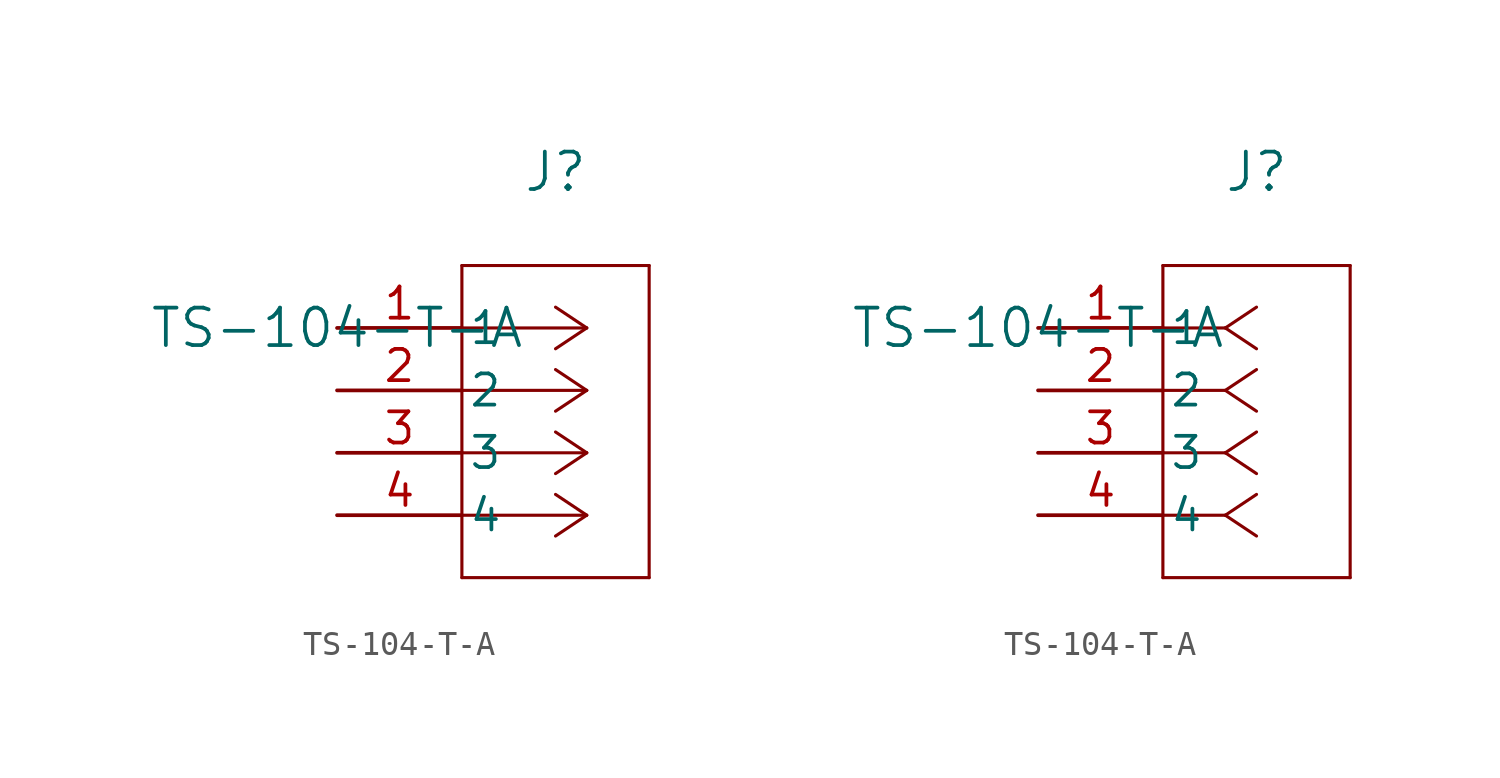
<source format=kicad_sym>
(kicad_symbol_lib
  (version 20211014)
  (generator kicad_symbol_editor)
  (symbol "TS-104-T-A"
    (pin_names
      (offset 0.254))
    (property "Reference" "J"
      (at 8.89 6.35 0)
      (effects (font (size 1.524 1.524))))
    (property "Value" "TS-104-T-A"
      (at 0 0 0)
      (effects (font (size 1.524 1.524))))
    (symbol "TS-104-T-A_1_1"
      (polyline (pts (xy 10.16 0) (xy 5.08 0)) (stroke (width 0.127) (type default) (color 0 0 0 0)) (fill (type none)))
      (polyline (pts (xy 10.16 -2.54) (xy 5.08 -2.54)) (stroke (width 0.127) (type default) (color 0 0 0 0)) (fill (type none)))
      (polyline (pts (xy 10.16 -5.08) (xy 5.08 -5.08)) (stroke (width 0.127) (type default) (color 0 0 0 0)) (fill (type none)))
      (polyline (pts (xy 10.16 -7.62) (xy 5.08 -7.62)) (stroke (width 0.127) (type default) (color 0 0 0 0)) (fill (type none)))
      (polyline (pts (xy 10.16 0) (xy 8.89 0.847)) (stroke (width 0.127) (type default) (color 0 0 0 0)) (fill (type none)))
      (polyline (pts (xy 10.16 -2.54) (xy 8.89 -1.693)) (stroke (width 0.127) (type default) (color 0 0 0 0)) (fill (type none)))
      (polyline (pts (xy 10.16 -5.08) (xy 8.89 -4.233)) (stroke (width 0.127) (type default) (color 0 0 0 0)) (fill (type none)))
      (polyline (pts (xy 10.16 -7.62) (xy 8.89 -6.773)) (stroke (width 0.127) (type default) (color 0 0 0 0)) (fill (type none)))
      (polyline (pts (xy 10.16 0) (xy 8.89 -0.847)) (stroke (width 0.127) (type default) (color 0 0 0 0)) (fill (type none)))
      (polyline (pts (xy 10.16 -2.54) (xy 8.89 -3.387)) (stroke (width 0.127) (type default) (color 0 0 0 0)) (fill (type none)))
      (polyline (pts (xy 10.16 -5.08) (xy 8.89 -5.927)) (stroke (width 0.127) (type default) (color 0 0 0 0)) (fill (type none)))
      (polyline (pts (xy 10.16 -7.62) (xy 8.89 -8.467)) (stroke (width 0.127) (type default) (color 0 0 0 0)) (fill (type none)))
      (polyline (pts (xy 5.08 2.54) (xy 5.08 -10.16)) (stroke (width 0.127) (type default) (color 0 0 0 0)) (fill (type none)))
      (polyline (pts (xy 5.08 -10.16) (xy 12.7 -10.16)) (stroke (width 0.127) (type default) (color 0 0 0 0)) (fill (type none)))
      (polyline (pts (xy 12.7 -10.16) (xy 12.7 2.54)) (stroke (width 0.127) (type default) (color 0 0 0 0)) (fill (type none)))
      (polyline (pts (xy 12.7 2.54) (xy 5.08 2.54)) (stroke (width 0.127) (type default) (color 0 0 0 0)) (fill (type none)))
      (pin unspecified line (at 0 0 0) (length 5.08) (name "1" (effects (font (size 1.27 1.27)))) (number "1" (effects (font (size 1.27 1.27)))))
      (pin unspecified line (at 0 -2.54 0) (length 5.08) (name "2" (effects (font (size 1.27 1.27)))) (number "2" (effects (font (size 1.27 1.27)))))
      (pin unspecified line (at 0 -5.08 0) (length 5.08) (name "3" (effects (font (size 1.27 1.27)))) (number "3" (effects (font (size 1.27 1.27)))))
      (pin unspecified line (at 0 -7.62 0) (length 5.08) (name "4" (effects (font (size 1.27 1.27)))) (number "4" (effects (font (size 1.27 1.27))))))
    (symbol "TS-104-T-A_1_2"
      (polyline (pts (xy 7.62 0) (xy 5.08 0)) (stroke (width 0.127) (type default) (color 0 0 0 0)) (fill (type none)))
      (polyline (pts (xy 7.62 -2.54) (xy 5.08 -2.54)) (stroke (width 0.127) (type default) (color 0 0 0 0)) (fill (type none)))
      (polyline (pts (xy 7.62 -5.08) (xy 5.08 -5.08)) (stroke (width 0.127) (type default) (color 0 0 0 0)) (fill (type none)))
      (polyline (pts (xy 7.62 -7.62) (xy 5.08 -7.62)) (stroke (width 0.127) (type default) (color 0 0 0 0)) (fill (type none)))
      (polyline (pts (xy 7.62 0) (xy 8.89 0.847)) (stroke (width 0.127) (type default) (color 0 0 0 0)) (fill (type none)))
      (polyline (pts (xy 7.62 -2.54) (xy 8.89 -1.693)) (stroke (width 0.127) (type default) (color 0 0 0 0)) (fill (type none)))
      (polyline (pts (xy 7.62 -5.08) (xy 8.89 -4.233)) (stroke (width 0.127) (type default) (color 0 0 0 0)) (fill (type none)))
      (polyline (pts (xy 7.62 -7.62) (xy 8.89 -6.773)) (stroke (width 0.127) (type default) (color 0 0 0 0)) (fill (type none)))
      (polyline (pts (xy 7.62 0) (xy 8.89 -0.847)) (stroke (width 0.127) (type default) (color 0 0 0 0)) (fill (type none)))
      (polyline (pts (xy 7.62 -2.54) (xy 8.89 -3.387)) (stroke (width 0.127) (type default) (color 0 0 0 0)) (fill (type none)))
      (polyline (pts (xy 7.62 -5.08) (xy 8.89 -5.927)) (stroke (width 0.127) (type default) (color 0 0 0 0)) (fill (type none)))
      (polyline (pts (xy 7.62 -7.62) (xy 8.89 -8.467)) (stroke (width 0.127) (type default) (color 0 0 0 0)) (fill (type none)))
      (polyline (pts (xy 5.08 2.54) (xy 5.08 -10.16)) (stroke (width 0.127) (type default) (color 0 0 0 0)) (fill (type none)))
      (polyline (pts (xy 5.08 -10.16) (xy 12.7 -10.16)) (stroke (width 0.127) (type default) (color 0 0 0 0)) (fill (type none)))
      (polyline (pts (xy 12.7 -10.16) (xy 12.7 2.54)) (stroke (width 0.127) (type default) (color 0 0 0 0)) (fill (type none)))
      (polyline (pts (xy 12.7 2.54) (xy 5.08 2.54)) (stroke (width 0.127) (type default) (color 0 0 0 0)) (fill (type none)))
      (pin unspecified line (at 0 0 0) (length 5.08) (name "1" (effects (font (size 1.27 1.27)))) (number "1" (effects (font (size 1.27 1.27)))))
      (pin unspecified line (at 0 -2.54 0) (length 5.08) (name "2" (effects (font (size 1.27 1.27)))) (number "2" (effects (font (size 1.27 1.27)))))
      (pin unspecified line (at 0 -5.08 0) (length 5.08) (name "3" (effects (font (size 1.27 1.27)))) (number "3" (effects (font (size 1.27 1.27)))))
      (pin unspecified line (at 0 -7.62 0) (length 5.08) (name "4" (effects (font (size 1.27 1.27)))) (number "4" (effects (font (size 1.27 1.27))))))))
</source>
